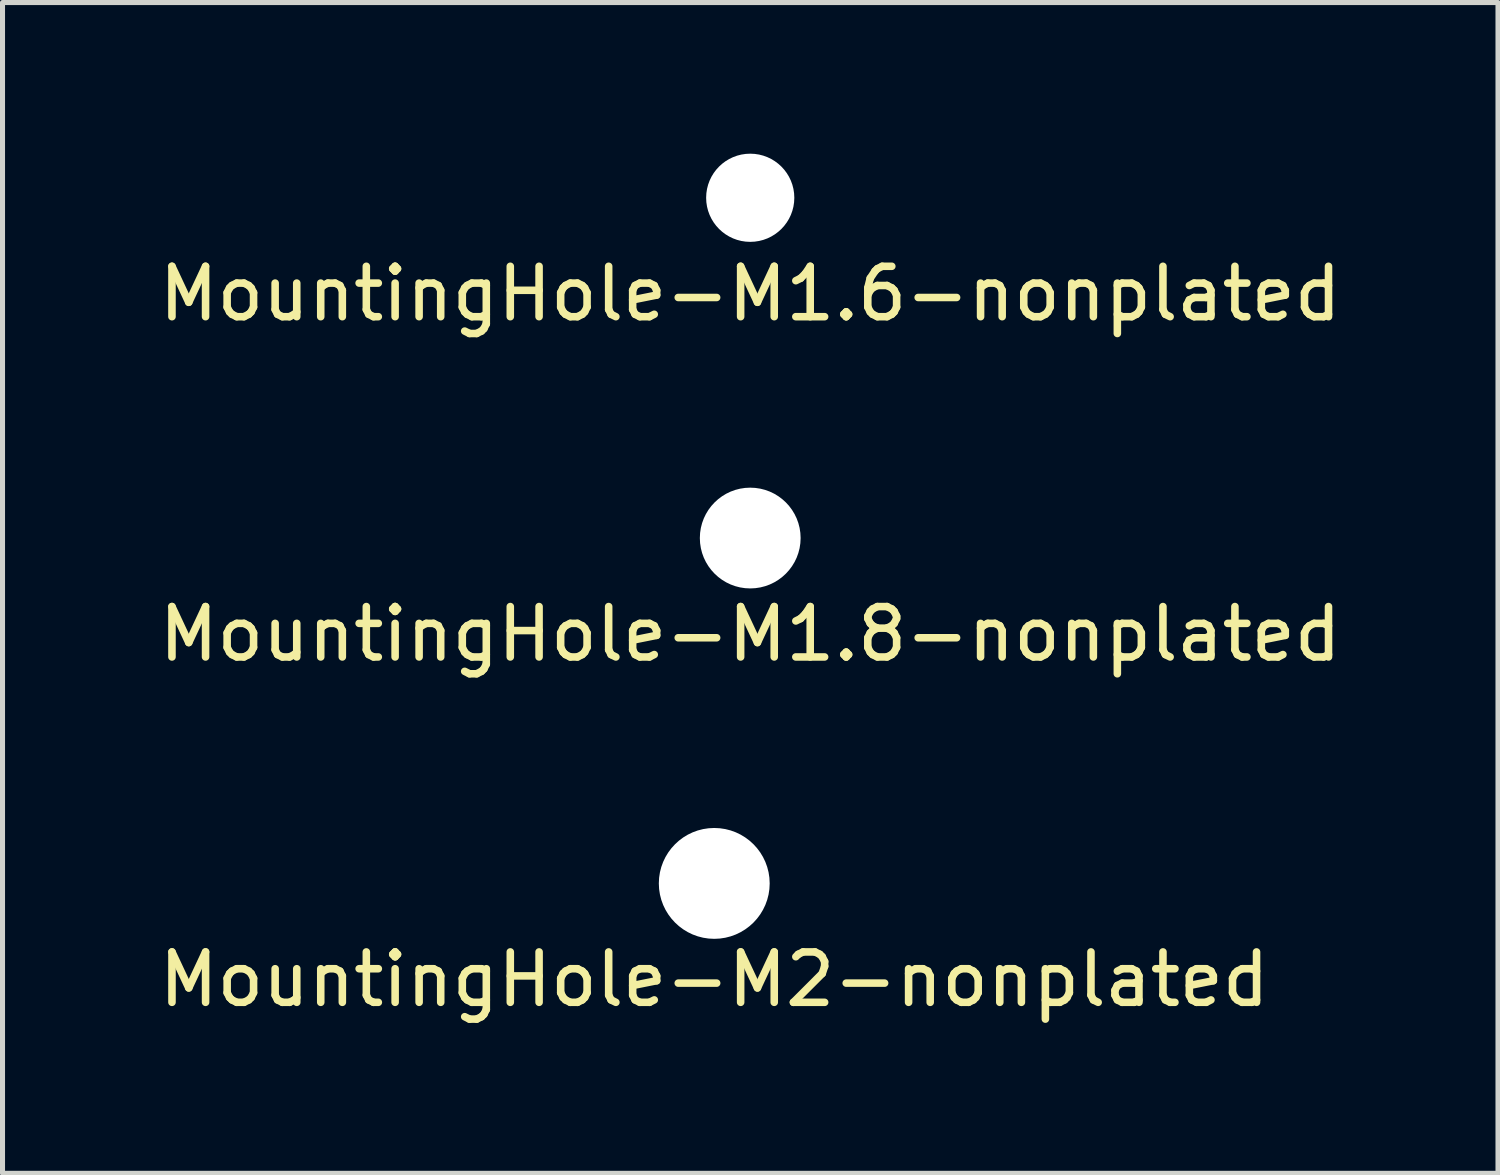
<source format=kicad_pcb>
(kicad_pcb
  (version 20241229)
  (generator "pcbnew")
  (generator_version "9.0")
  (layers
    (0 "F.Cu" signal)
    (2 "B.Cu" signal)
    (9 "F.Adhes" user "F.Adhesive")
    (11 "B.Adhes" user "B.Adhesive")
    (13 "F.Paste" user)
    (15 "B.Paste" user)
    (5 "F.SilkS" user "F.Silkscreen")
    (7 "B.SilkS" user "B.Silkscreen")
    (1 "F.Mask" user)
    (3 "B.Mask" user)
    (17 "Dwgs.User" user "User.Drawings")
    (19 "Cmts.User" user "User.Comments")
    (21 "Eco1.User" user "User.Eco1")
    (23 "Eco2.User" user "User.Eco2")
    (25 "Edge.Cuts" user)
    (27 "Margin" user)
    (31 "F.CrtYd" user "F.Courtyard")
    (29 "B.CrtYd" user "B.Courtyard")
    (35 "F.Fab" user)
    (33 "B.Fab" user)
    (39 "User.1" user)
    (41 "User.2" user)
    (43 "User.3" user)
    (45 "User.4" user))
  (footprint "MountingHole-M1.6-nonplated"
    (layer "F.Cu")
    (at 11.839 0.875)
    (property "Reference" "MountingHole-M1.6-nonplated" (at 0 1.905 0) (layer "F.SilkS") (effects (font (size 1 1) (thickness 0.15))))
    (attr through_hole)
    (pad "" np_thru_hole circle (at 0 0) (size 1.75 1.75) (drill 1.75) (layers "*.Cu" "*.Mask")))
  (footprint "MountingHole-M2-nonplated"
    (layer "F.Cu")
    (at 11.125 14.482)
    (property "Reference" "MountingHole-M2-nonplated" (at 0 1.905 0) (layer "F.SilkS") (effects (font (size 1 1) (thickness 0.15))))
    (attr through_hole)
    (pad "" np_thru_hole circle (at 0 0) (size 2.2 2.2) (drill 2.2) (layers "*.Cu" "*.Mask")))
  (footprint "MountingHole-M1.8-nonplated"
    (layer "F.Cu")
    (at 11.839 7.628)
    (property "Reference" "MountingHole-M1.8-nonplated" (at 0 1.905 0) (layer "F.SilkS") (effects (font (size 1 1) (thickness 0.15))))
    (attr through_hole)
    (pad "" np_thru_hole circle (at 0 0) (size 2 2) (drill 2) (layers "*.Cu" "*.Mask")))
  (gr_rect
    (start -3 -3)
    (end 26.679 20.235)
    (stroke (width 0.1) (type default))
    (fill no)
    (layer "Edge.Cuts")))
</source>
